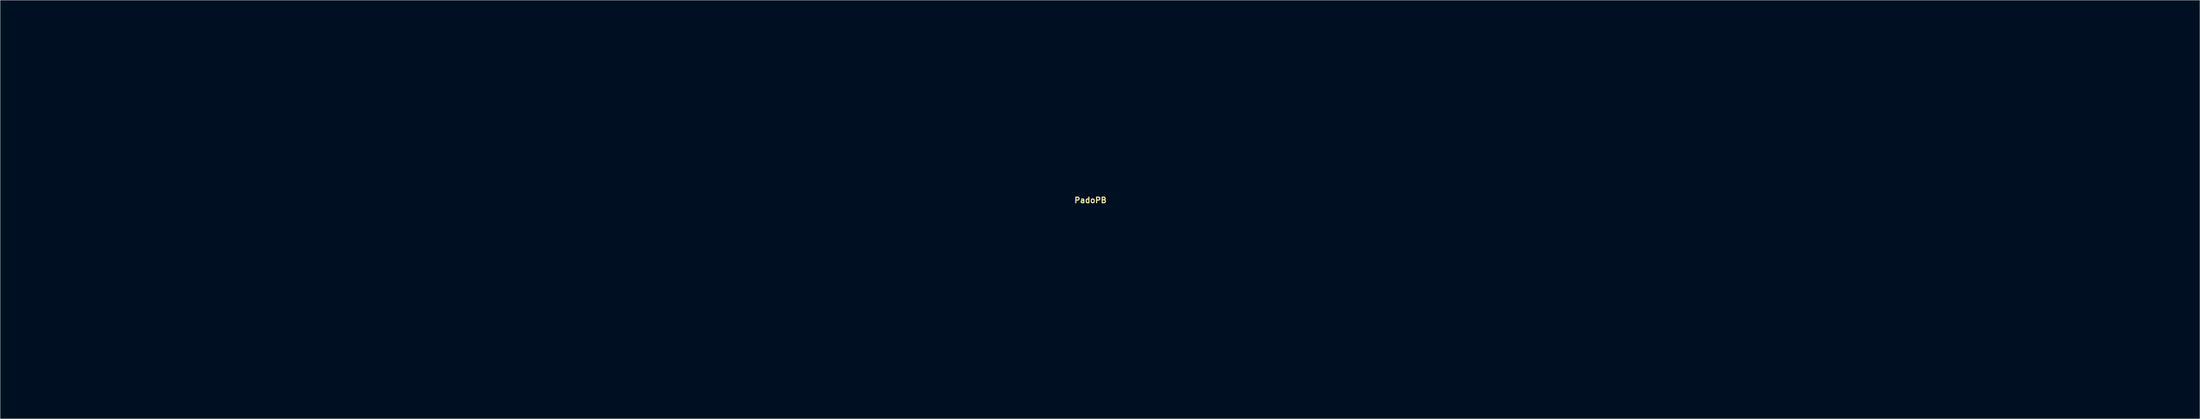
<source format=kicad_pcb>
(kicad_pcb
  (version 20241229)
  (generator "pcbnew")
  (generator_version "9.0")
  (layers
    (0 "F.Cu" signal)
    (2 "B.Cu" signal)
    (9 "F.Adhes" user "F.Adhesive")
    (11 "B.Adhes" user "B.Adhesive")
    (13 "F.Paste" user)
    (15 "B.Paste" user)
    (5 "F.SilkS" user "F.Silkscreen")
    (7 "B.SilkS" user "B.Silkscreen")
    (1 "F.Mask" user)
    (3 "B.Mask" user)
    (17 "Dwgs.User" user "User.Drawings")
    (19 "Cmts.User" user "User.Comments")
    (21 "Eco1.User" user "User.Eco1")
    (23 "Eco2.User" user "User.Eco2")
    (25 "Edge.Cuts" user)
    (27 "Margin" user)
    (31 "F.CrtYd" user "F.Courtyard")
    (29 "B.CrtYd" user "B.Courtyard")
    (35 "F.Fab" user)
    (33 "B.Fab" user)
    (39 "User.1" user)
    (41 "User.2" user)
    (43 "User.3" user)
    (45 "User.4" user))
  (footprint "PadoPB"
    (layer "F.Cu")
    (at 294.414 51.619)
    (property "Reference" "PadoPB" (at 0 0 0) (layer "F.SilkS") (effects (font (size 1.524 1.524) (thickness 0.3))))
    (attr through_hole)
    (fp_poly (pts (xy 67.243 -51.527) (xy 73.48 -51.516) (xy 79.206 -51.507) (xy 84.443 -51.497) (xy 89.215 -51.488) (xy 93.545 -51.478) (xy 97.457 -51.468) (xy 100.973 -51.457) (xy 104.117 -51.445) (xy 106.913 -51.432) (xy 109.382 -51.417) (xy 111.55 -51.4) (xy 113.438 -51.381) (xy 115.07 -51.359) (xy 116.469 -51.335) (xy 117.659 -51.308) (xy 118.662 -51.278) (xy 119.502 -51.244) (xy 120.203 -51.206) (xy 120.787 -51.164) (xy 121.278 -51.118) (xy 121.698 -51.068) (xy 122.072 -51.012) (xy 122.422 -50.951) (xy 122.771 -50.885) (xy 122.856 -50.868) (xy 126.893 -49.881) (xy 130.509 -48.567) (xy 133.708 -46.924) (xy 136.495 -44.951) (xy 138.874 -42.644) (xy 139.216 -42.244) (xy 140.342 -40.695) (xy 141.472 -38.78) (xy 142.522 -36.663) (xy 143.413 -34.506) (xy 143.964 -32.828) (xy 144.171 -32.09) (xy 144.355 -31.397) (xy 144.519 -30.715) (xy 144.663 -30.011) (xy 144.788 -29.252) (xy 144.896 -28.404) (xy 144.989 -27.433) (xy 145.066 -26.308) (xy 145.13 -24.994) (xy 145.182 -23.457) (xy 145.224 -21.665) (xy 145.255 -19.585) (xy 145.279 -17.182) (xy 145.295 -14.424) (xy 145.305 -11.277) (xy 145.311 -7.708) (xy 145.314 -3.684) (xy 145.315 0.829) (xy 145.315 2.674) (xy 145.314 7.223) (xy 145.313 11.271) (xy 145.309 14.849) (xy 145.303 17.992) (xy 145.295 20.732) (xy 145.283 23.102) (xy 145.267 25.135) (xy 145.246 26.864) (xy 145.221 28.322) (xy 145.191 29.542) (xy 145.154 30.556) (xy 145.111 31.398) (xy 145.061 32.101) (xy 145.003 32.698) (xy 144.938 33.221) (xy 144.863 33.704) (xy 144.82 33.956) (xy 143.932 37.877) (xy 142.712 41.391) (xy 141.147 44.509) (xy 139.223 47.248) (xy 136.925 49.619) (xy 134.24 51.638) (xy 131.154 53.319) (xy 127.652 54.674) (xy 123.72 55.719) (xy 122.681 55.931) (xy 119.647 56.515) (xy 67.243 56.592) (xy 60.873 56.6) (xy 55.016 56.607) (xy 49.653 56.612) (xy 44.762 56.615) (xy 40.323 56.616) (xy 36.315 56.615) (xy 32.716 56.611) (xy 29.507 56.604) (xy 26.667 56.595) (xy 24.174 56.584) (xy 22.009 56.569) (xy 20.149 56.552) (xy 18.575 56.531) (xy 17.266 56.507) (xy 16.2 56.48) (xy 15.358 56.45) (xy 14.718 56.416) (xy 14.259 56.379) (xy 13.962 56.337) (xy 13.834 56.305) (xy 12.87 55.887) (xy 12.257 55.386) (xy 11.818 54.632) (xy 11.638 54.188) (xy 11.587 54.015) (xy 11.541 53.765) (xy 11.498 53.414) (xy 11.46 52.94) (xy 11.426 52.321) (xy 11.395 51.534) (xy 11.368 50.556) (xy 11.345 49.366) (xy 11.324 47.941) (xy 11.307 46.259) (xy 11.293 44.296) (xy 11.282 42.03) (xy 11.274 39.44) (xy 11.268 36.503) (xy 11.265 33.195) (xy 11.264 29.495) (xy 11.265 25.381) (xy 11.268 20.829) (xy 11.273 15.818) (xy 11.279 10.324) (xy 11.287 4.326) (xy 11.29 2.139) (xy 11.298 -4.083) (xy 11.305 -9.792) (xy 11.311 -15.01) (xy 11.318 -19.761) (xy 11.325 -24.066) (xy 11.335 -27.948) (xy 11.347 -31.429) (xy 11.357 -33.421) (xy 29.945 -33.421) (xy 29.945 38.501) (xy 72.524 38.492) (xy 78.291 38.49) (xy 83.547 38.486) (xy 88.315 38.481) (xy 92.619 38.475) (xy 96.483 38.466) (xy 99.929 38.455) (xy 102.982 38.442) (xy 105.665 38.426) (xy 108.002 38.407) (xy 110.015 38.386) (xy 111.73 38.361) (xy 113.168 38.333) (xy 114.354 38.301) (xy 115.311 38.265) (xy 116.064 38.226) (xy 116.634 38.182) (xy 117.046 38.134) (xy 117.165 38.115) (xy 119.644 37.485) (xy 121.703 36.541) (xy 123.373 35.255) (xy 124.683 33.599) (xy 125.666 31.545) (xy 126.125 30.053) (xy 126.205 29.715) (xy 126.275 29.332) (xy 126.336 28.872) (xy 126.389 28.301) (xy 126.434 27.585) (xy 126.473 26.69) (xy 126.505 25.584) (xy 126.531 24.231) (xy 126.552 22.6) (xy 126.568 20.655) (xy 126.58 18.365) (xy 126.589 15.694) (xy 126.594 12.609) (xy 126.597 9.077) (xy 126.599 5.064) (xy 126.599 2.406) (xy 126.598 -1.903) (xy 126.597 -5.71) (xy 126.593 -9.05) (xy 126.587 -11.956) (xy 126.577 -14.461) (xy 126.564 -16.599) (xy 126.547 -18.404) (xy 126.525 -19.908) (xy 126.497 -21.145) (xy 126.463 -22.15) (xy 126.423 -22.954) (xy 126.375 -23.593) (xy 126.319 -24.099) (xy 126.255 -24.506) (xy 126.182 -24.847) (xy 126.111 -25.114) (xy 125.411 -27.144) (xy 124.556 -28.768) (xy 123.479 -30.107) (xy 123.127 -30.448) (xy 121.913 -31.417) (xy 120.587 -32.142) (xy 118.993 -32.696) (xy 117.663 -33.016) (xy 117.356 -33.069) (xy 116.953 -33.118) (xy 116.43 -33.163) (xy 115.763 -33.202) (xy 114.926 -33.238) (xy 113.895 -33.27) (xy 112.645 -33.298) (xy 111.151 -33.322) (xy 109.389 -33.343) (xy 107.334 -33.361) (xy 104.962 -33.376) (xy 102.247 -33.389) (xy 99.165 -33.399) (xy 95.691 -33.407) (xy 91.801 -33.413) (xy 87.47 -33.417) (xy 82.672 -33.419) (xy 77.385 -33.421) (xy 72.84 -33.421) (xy 29.945 -33.421) (xy 11.357 -33.421) (xy 11.363 -34.531) (xy 11.383 -37.276) (xy 11.41 -39.687) (xy 11.442 -41.786) (xy 11.482 -43.595) (xy 11.529 -45.137) (xy 11.586 -46.433) (xy 11.652 -47.506) (xy 11.73 -48.379) (xy 11.818 -49.073) (xy 11.919 -49.611) (xy 12.034 -50.015) (xy 12.162 -50.308) (xy 12.306 -50.511) (xy 12.466 -50.647) (xy 12.642 -50.738) (xy 12.836 -50.806) (xy 13.048 -50.874) (xy 13.28 -50.965) (xy 13.368 -51.007) (xy 14.572 -51.614) (xy 67.243 -51.527)) (stroke (width 0.01) (type solid)) (fill no) (layer "Eco2.User"))
    (fp_poly (pts (xy -59.027 -51.558) (xy -54.998 -51.552) (xy -51.457 -51.539) (xy -48.395 -51.522) (xy -45.802 -51.498) (xy -43.669 -51.469) (xy -41.986 -51.435) (xy -40.745 -51.395) (xy -39.936 -51.349) (xy -39.838 -51.34) (xy -35.613 -50.775) (xy -31.812 -49.919) (xy -28.404 -48.758) (xy -25.356 -47.279) (xy -22.635 -45.468) (xy -20.209 -43.312) (xy -19.982 -43.078) (xy -17.801 -40.433) (xy -16.026 -37.48) (xy -14.649 -34.2) (xy -13.66 -30.574) (xy -13.108 -27.102) (xy -13.063 -26.485) (xy -13.022 -25.48) (xy -12.987 -24.074) (xy -12.956 -22.255) (xy -12.93 -20.011) (xy -12.909 -17.33) (xy -12.892 -14.199) (xy -12.88 -10.608) (xy -12.873 -6.542) (xy -12.87 -1.991) (xy -12.872 3.058) (xy -12.878 8.618) (xy -12.889 14.699) (xy -12.889 14.886) (xy -12.967 54.237) (xy -13.526 54.991) (xy -13.917 55.475) (xy -14.336 55.847) (xy -14.855 56.125) (xy -15.549 56.324) (xy -16.491 56.459) (xy -17.756 56.547) (xy -19.417 56.604) (xy -21.256 56.639) (xy -23.491 56.657) (xy -25.388 56.636) (xy -26.889 56.576) (xy -27.937 56.48) (xy -28.234 56.428) (xy -29.625 55.888) (xy -30.656 54.981) (xy -31.28 53.748) (xy -31.287 53.723) (xy -31.34 53.27) (xy -31.387 52.311) (xy -31.429 50.877) (xy -31.466 48.995) (xy -31.496 46.696) (xy -31.52 44.009) (xy -31.537 40.963) (xy -31.547 37.587) (xy -31.549 34.823) (xy -31.549 16.838) (xy -75.197 16.908) (xy -118.845 16.978) (xy -120.232 17.709) (xy -121.455 18.518) (xy -122.465 19.588) (xy -123.388 21.052) (xy -123.426 21.122) (xy -123.53 21.345) (xy -123.62 21.618) (xy -123.697 21.984) (xy -123.761 22.486) (xy -123.816 23.166) (xy -123.862 24.066) (xy -123.901 25.228) (xy -123.934 26.695) (xy -123.964 28.51) (xy -123.991 30.713) (xy -124.018 33.348) (xy -124.046 36.458) (xy -124.059 37.966) (xy -124.088 41.291) (xy -124.115 44.123) (xy -124.141 46.505) (xy -124.169 48.478) (xy -124.201 50.085) (xy -124.236 51.367) (xy -124.279 52.367) (xy -124.328 53.127) (xy -124.388 53.688) (xy -124.458 54.094) (xy -124.541 54.385) (xy -124.638 54.605) (xy -124.697 54.707) (xy -125.056 55.257) (xy -125.433 55.684) (xy -125.9 56.007) (xy -126.523 56.24) (xy -127.374 56.399) (xy -128.52 56.501) (xy -130.032 56.559) (xy -131.978 56.592) (xy -133.016 56.602) (xy -135.025 56.607) (xy -136.805 56.586) (xy -138.284 56.542) (xy -139.388 56.478) (xy -140.042 56.395) (xy -140.101 56.38) (xy -141.351 55.76) (xy -142.254 54.774) (xy -142.502 54.288) (xy -142.57 53.952) (xy -142.625 53.283) (xy -142.669 52.255) (xy -142.702 50.844) (xy -142.723 49.024) (xy -142.734 46.771) (xy -142.735 44.059) (xy -142.726 40.865) (xy -142.706 37.163) (xy -142.705 36.868) (xy -142.683 33.446) (xy -142.661 30.514) (xy -142.639 28.026) (xy -142.614 25.937) (xy -142.585 24.203) (xy -142.551 22.778) (xy -142.509 21.618) (xy -142.459 20.677) (xy -142.399 19.909) (xy -142.326 19.271) (xy -142.241 18.717) (xy -142.14 18.201) (xy -142.046 17.78) (xy -141.013 14.139) (xy -139.686 10.936) (xy -138.045 8.149) (xy -136.074 5.759) (xy -133.753 3.745) (xy -131.066 2.087) (xy -127.993 0.765) (xy -126.509 0.282) (xy -125.899 0.099) (xy -125.347 -0.068) (xy -124.825 -0.22) (xy -124.308 -0.358) (xy -123.771 -0.481) (xy -123.187 -0.592) (xy -122.53 -0.691) (xy -121.775 -0.778) (xy -120.896 -0.854) (xy -119.867 -0.921) (xy -118.662 -0.978) (xy -117.255 -1.028) (xy -115.621 -1.07) (xy -113.734 -1.105) (xy -111.568 -1.134) (xy -109.097 -1.158) (xy -106.295 -1.178) (xy -103.137 -1.194) (xy -99.596 -1.208) (xy -95.647 -1.22) (xy -91.264 -1.23) (xy -86.421 -1.24) (xy -81.092 -1.251) (xy -75.866 -1.261) (xy -31.549 -1.352) (xy -31.554 -11.839) (xy -31.56 -14.737) (xy -31.577 -17.152) (xy -31.605 -19.133) (xy -31.647 -20.731) (xy -31.704 -21.997) (xy -31.777 -22.981) (xy -31.869 -23.734) (xy -31.942 -24.134) (xy -32.66 -26.61) (xy -33.683 -28.661) (xy -35.031 -30.314) (xy -36.72 -31.597) (xy -37.364 -31.947) (xy -37.771 -32.15) (xy -38.15 -32.334) (xy -38.531 -32.499) (xy -38.942 -32.647) (xy -39.41 -32.777) (xy -39.963 -32.892) (xy -40.629 -32.992) (xy -41.437 -33.078) (xy -42.414 -33.152) (xy -43.588 -33.214) (xy -44.988 -33.266) (xy -46.641 -33.307) (xy -48.575 -33.34) (xy -50.818 -33.366) (xy -53.398 -33.385) (xy -56.343 -33.398) (xy -59.681 -33.407) (xy -63.44 -33.412) (xy -67.648 -33.415) (xy -72.334 -33.416) (xy -77.524 -33.416) (xy -77.882 -33.416) (xy -83.139 -33.417) (xy -87.888 -33.418) (xy -92.158 -33.416) (xy -95.978 -33.412) (xy -99.374 -33.404) (xy -102.375 -33.391) (xy -105.009 -33.372) (xy -107.303 -33.345) (xy -109.285 -33.31) (xy -110.984 -33.266) (xy -112.427 -33.21) (xy -113.642 -33.143) (xy -114.658 -33.063) (xy -115.501 -32.969) (xy -116.2 -32.86) (xy -116.782 -32.734) (xy -117.276 -32.591) (xy -117.71 -32.429) (xy -118.111 -32.248) (xy -118.507 -32.045) (xy -118.927 -31.821) (xy -119.066 -31.746) (xy -120.745 -30.614) (xy -122.07 -29.168) (xy -123.074 -27.36) (xy -123.786 -25.144) (xy -123.985 -24.197) (xy -124.384 -22.423) (xy -124.846 -21.133) (xy -125.393 -20.278) (xy -125.931 -19.862) (xy -126.416 -19.754) (xy -127.346 -19.666) (xy -128.631 -19.596) (xy -130.18 -19.545) (xy -131.905 -19.514) (xy -133.716 -19.503) (xy -135.522 -19.511) (xy -137.234 -19.539) (xy -138.761 -19.588) (xy -140.015 -19.656) (xy -140.906 -19.745) (xy -141.312 -19.837) (xy -142.004 -20.331) (xy -142.459 -21.116) (xy -142.706 -22.267) (xy -142.773 -23.716) (xy -142.541 -27.374) (xy -141.874 -31.062) (xy -140.808 -34.624) (xy -139.552 -37.565) (xy -137.915 -40.404) (xy -135.994 -42.886) (xy -133.757 -45.034) (xy -131.171 -46.868) (xy -128.204 -48.411) (xy -124.824 -49.686) (xy -120.998 -50.714) (xy -119.781 -50.973) (xy -119.427 -51.038) (xy -119.018 -51.096) (xy -118.527 -51.149) (xy -117.926 -51.197) (xy -117.188 -51.239) (xy -116.285 -51.278) (xy -115.189 -51.312) (xy -113.874 -51.342) (xy -112.312 -51.369) (xy -110.474 -51.393) (xy -108.334 -51.414) (xy -105.864 -51.434) (xy -103.037 -51.451) (xy -99.825 -51.467) (xy -96.2 -51.483) (xy -92.134 -51.497) (xy -87.602 -51.511) (xy -82.574 -51.526) (xy -80.211 -51.532) (xy -74.136 -51.547) (xy -68.587 -51.556) (xy -63.554 -51.56) (xy -59.027 -51.558)) (stroke (width 0.01) (type solid)) (fill no) (layer "Eco2.User"))
    (fp_poly (pts (xy -214.584 -51.556) (xy -209.435 -51.551) (xy -204.742 -51.542) (xy -200.514 -51.53) (xy -196.759 -51.515) (xy -193.487 -51.496) (xy -190.705 -51.475) (xy -188.422 -51.45) (xy -186.646 -51.422) (xy -185.387 -51.391) (xy -184.652 -51.356) (xy -184.573 -51.35) (xy -180.457 -50.77) (xy -176.769 -49.879) (xy -173.496 -48.668) (xy -170.622 -47.127) (xy -168.134 -45.246) (xy -166.018 -43.014) (xy -164.26 -40.423) (xy -162.845 -37.461) (xy -162.187 -35.602) (xy -161.809 -34.359) (xy -161.494 -33.201) (xy -161.237 -32.063) (xy -161.032 -30.879) (xy -160.874 -29.585) (xy -160.755 -28.117) (xy -160.672 -26.41) (xy -160.617 -24.399) (xy -160.586 -22.019) (xy -160.573 -19.207) (xy -160.571 -17.379) (xy -160.573 -14.572) (xy -160.582 -12.238) (xy -160.601 -10.315) (xy -160.632 -8.742) (xy -160.676 -7.456) (xy -160.737 -6.395) (xy -160.816 -5.499) (xy -160.916 -4.705) (xy -161.038 -3.951) (xy -161.051 -3.877) (xy -161.912 -0.131) (xy -163.073 3.19) (xy -164.553 6.104) (xy -166.374 8.632) (xy -168.555 10.792) (xy -171.116 12.604) (xy -174.077 14.088) (xy -177.458 15.262) (xy -181.28 16.147) (xy -181.811 16.242) (xy -182.188 16.3) (xy -182.635 16.354) (xy -183.177 16.402) (xy -183.839 16.447) (xy -184.648 16.487) (xy -185.627 16.524) (xy -186.803 16.558) (xy -188.202 16.588) (xy -189.847 16.616) (xy -191.765 16.642) (xy -193.981 16.666) (xy -196.521 16.688) (xy -199.41 16.708) (xy -202.672 16.728) (xy -206.335 16.747) (xy -210.422 16.766) (xy -214.96 16.785) (xy -219.973 16.804) (xy -225.488 16.823) (xy -227.397 16.83) (xy -270.443 16.978) (xy -271.712 17.603) (xy -273.151 18.58) (xy -274.375 19.933) (xy -275.248 21.507) (xy -275.293 21.621) (xy -275.392 21.925) (xy -275.477 22.3) (xy -275.55 22.79) (xy -275.613 23.437) (xy -275.666 24.285) (xy -275.712 25.376) (xy -275.752 26.753) (xy -275.787 28.459) (xy -275.82 30.536) (xy -275.851 33.029) (xy -275.883 35.979) (xy -275.909 38.684) (xy -276.058 54.509) (xy -276.819 55.303) (xy -277.636 55.919) (xy -278.626 56.358) (xy -278.742 56.39) (xy -279.387 56.48) (xy -280.46 56.551) (xy -281.853 56.604) (xy -283.462 56.637) (xy -285.178 56.651) (xy -286.895 56.645) (xy -288.508 56.619) (xy -289.908 56.572) (xy -290.99 56.506) (xy -291.643 56.419) (xy -292.848 55.869) (xy -293.78 54.868) (xy -293.999 54.49) (xy -294.087 54.052) (xy -294.164 53.136) (xy -294.231 51.799) (xy -294.287 50.098) (xy -294.332 48.089) (xy -294.367 45.828) (xy -294.392 43.374) (xy -294.406 40.782) (xy -294.409 38.11) (xy -294.403 35.414) (xy -294.386 32.75) (xy -294.358 30.176) (xy -294.321 27.748) (xy -294.273 25.523) (xy -294.215 23.558) (xy -294.147 21.909) (xy -294.068 20.634) (xy -293.98 19.788) (xy -293.979 19.785) (xy -293.218 16.018) (xy -292.146 12.672) (xy -290.744 9.726) (xy -288.992 7.16) (xy -286.871 4.956) (xy -284.361 3.091) (xy -281.442 1.547) (xy -278.097 0.304) (xy -274.304 -0.659) (xy -274.053 -0.71) (xy -273.721 -0.77) (xy -273.332 -0.825) (xy -272.862 -0.875) (xy -272.284 -0.921) (xy -271.573 -0.962) (xy -270.704 -1) (xy -269.652 -1.034) (xy -268.391 -1.065) (xy -266.896 -1.094) (xy -265.142 -1.12) (xy -263.103 -1.143) (xy -260.755 -1.166) (xy -258.071 -1.186) (xy -255.027 -1.206) (xy -251.597 -1.225) (xy -247.755 -1.244) (xy -243.478 -1.262) (xy -238.738 -1.281) (xy -233.512 -1.301) (xy -228.466 -1.319) (xy -222.764 -1.338) (xy -217.572 -1.355) (xy -212.865 -1.371) (xy -208.619 -1.386) (xy -204.809 -1.402) (xy -201.409 -1.42) (xy -198.395 -1.44) (xy -195.744 -1.464) (xy -193.428 -1.493) (xy -191.425 -1.528) (xy -189.709 -1.569) (xy -188.256 -1.619) (xy -187.04 -1.677) (xy -186.037 -1.744) (xy -185.222 -1.823) (xy -184.571 -1.914) (xy -184.059 -2.017) (xy -183.66 -2.134) (xy -183.351 -2.267) (xy -183.106 -2.415) (xy -182.901 -2.58) (xy -182.711 -2.763) (xy -182.511 -2.965) (xy -182.277 -3.187) (xy -182.243 -3.217) (xy -181.322 -4.204) (xy -180.599 -5.417) (xy -180.011 -6.979) (xy -179.741 -7.949) (xy -179.603 -8.574) (xy -179.494 -9.274) (xy -179.413 -10.122) (xy -179.357 -11.187) (xy -179.32 -12.542) (xy -179.301 -14.257) (xy -179.297 -16.405) (xy -179.298 -17.513) (xy -179.318 -20.406) (xy -179.364 -22.778) (xy -179.436 -24.64) (xy -179.535 -26.006) (xy -179.658 -26.871) (xy -180.312 -29.008) (xy -181.277 -30.723) (xy -182.569 -32.036) (xy -183.949 -32.86) (xy -184.097 -32.911) (xy -184.321 -32.958) (xy -184.645 -33.001) (xy -185.091 -33.04) (xy -185.679 -33.077) (xy -186.433 -33.11) (xy -187.374 -33.141) (xy -188.523 -33.169) (xy -189.903 -33.195) (xy -191.535 -33.219) (xy -193.442 -33.241) (xy -195.644 -33.261) (xy -198.165 -33.28) (xy -201.025 -33.297) (xy -204.248 -33.314) (xy -207.854 -33.33) (xy -211.865 -33.345) (xy -216.303 -33.36) (xy -221.191 -33.375) (xy -226.549 -33.391) (xy -232.401 -33.406) (xy -238.225 -33.421) (xy -244.581 -33.436) (xy -250.423 -33.45) (xy -255.775 -33.463) (xy -260.658 -33.475) (xy -265.093 -33.488) (xy -269.103 -33.501) (xy -272.709 -33.517) (xy -275.934 -33.535) (xy -278.8 -33.556) (xy -281.327 -33.582) (xy -283.539 -33.612) (xy -285.456 -33.647) (xy -287.101 -33.689) (xy -288.496 -33.738) (xy -289.663 -33.794) (xy -290.623 -33.859) (xy -291.398 -33.932) (xy -292.01 -34.016) (xy -292.482 -34.11) (xy -292.834 -34.216) (xy -293.09 -34.333) (xy -293.27 -34.463) (xy -293.397 -34.607) (xy -293.492 -34.765) (xy -293.577 -34.937) (xy -293.675 -35.126) (xy -293.761 -35.265) (xy -293.955 -35.572) (xy -294.102 -35.89) (xy -294.21 -36.293) (xy -294.285 -36.854) (xy -294.332 -37.646) (xy -294.358 -38.742) (xy -294.369 -40.215) (xy -294.372 -42.138) (xy -294.372 -42.484) (xy -294.368 -44.504) (xy -294.355 -46.061) (xy -294.327 -47.229) (xy -294.279 -48.08) (xy -294.205 -48.686) (xy -294.1 -49.121) (xy -293.959 -49.457) (xy -293.85 -49.649) (xy -293.28 -50.378) (xy -292.619 -50.968) (xy -292.592 -50.986) (xy -292.488 -51.043) (xy -292.341 -51.096) (xy -292.13 -51.145) (xy -291.832 -51.189) (xy -291.425 -51.229) (xy -290.887 -51.265) (xy -290.195 -51.298) (xy -289.328 -51.328) (xy -288.262 -51.355) (xy -286.975 -51.379) (xy -285.446 -51.4) (xy -283.651 -51.419) (xy -281.569 -51.436) (xy -279.177 -51.451) (xy -276.452 -51.465) (xy -273.373 -51.477) (xy -269.917 -51.488) (xy -266.062 -51.498) (xy -261.785 -51.507) (xy -257.064 -51.516) (xy -251.877 -51.525) (xy -246.202 -51.533) (xy -240.016 -51.542) (xy -239.574 -51.543) (xy -232.684 -51.552) (xy -226.217 -51.556) (xy -220.181 -51.558) (xy -214.584 -51.556)) (stroke (width 0.01) (type solid)) (fill no) (layer "Eco2.User"))
    (fp_poly (pts (xy 222.715 -51.561) (xy 228.206 -51.552) (xy 234.216 -51.538) (xy 235.151 -51.535) (xy 240.575 -51.521) (xy 245.494 -51.508) (xy 249.933 -51.496) (xy 253.922 -51.483) (xy 257.488 -51.469) (xy 260.66 -51.452) (xy 263.466 -51.432) (xy 265.932 -51.408) (xy 268.089 -51.378) (xy 269.962 -51.342) (xy 271.582 -51.299) (xy 272.975 -51.248) (xy 274.17 -51.187) (xy 275.195 -51.117) (xy 276.077 -51.035) (xy 276.845 -50.942) (xy 277.527 -50.835) (xy 278.151 -50.715) (xy 278.744 -50.579) (xy 279.336 -50.428) (xy 279.954 -50.261) (xy 280.625 -50.075) (xy 281.004 -49.972) (xy 282.868 -49.355) (xy 284.903 -48.495) (xy 286.946 -47.474) (xy 288.835 -46.376) (xy 290.406 -45.284) (xy 290.744 -45.011) (xy 293.164 -42.62) (xy 295.215 -39.848) (xy 296.892 -36.704) (xy 298.19 -33.198) (xy 299.104 -29.342) (xy 299.231 -28.583) (xy 299.292 -27.923) (xy 299.348 -26.775) (xy 299.398 -25.183) (xy 299.444 -23.191) (xy 299.484 -20.842) (xy 299.519 -18.18) (xy 299.549 -15.249) (xy 299.573 -12.092) (xy 299.593 -8.753) (xy 299.607 -5.276) (xy 299.616 -1.704) (xy 299.619 1.92) (xy 299.618 5.55) (xy 299.611 9.145) (xy 299.6 12.659) (xy 299.583 16.05) (xy 299.56 19.274) (xy 299.533 22.287) (xy 299.5 25.045) (xy 299.462 27.505) (xy 299.419 29.624) (xy 299.371 31.357) (xy 299.318 32.66) (xy 299.259 33.491) (xy 299.233 33.688) (xy 298.328 37.678) (xy 297.087 41.255) (xy 295.5 44.431) (xy 293.558 47.215) (xy 291.251 49.619) (xy 288.569 51.653) (xy 285.503 53.329) (xy 282.043 54.657) (xy 280.067 55.219) (xy 279.386 55.392) (xy 278.758 55.549) (xy 278.154 55.691) (xy 277.547 55.818) (xy 276.907 55.932) (xy 276.208 56.032) (xy 275.422 56.121) (xy 274.519 56.198) (xy 273.473 56.265) (xy 272.254 56.323) (xy 270.836 56.371) (xy 269.19 56.412) (xy 267.287 56.446) (xy 265.101 56.473) (xy 262.603 56.495) (xy 259.764 56.513) (xy 256.558 56.526) (xy 252.955 56.537) (xy 248.928 56.546) (xy 244.449 56.553) (xy 239.489 56.56) (xy 234.348 56.566) (xy 229.76 56.571) (xy 225.288 56.572) (xy 220.967 56.571) (xy 216.828 56.567) (xy 212.902 56.56) (xy 209.222 56.551) (xy 205.821 56.539) (xy 202.73 56.525) (xy 199.982 56.509) (xy 197.608 56.491) (xy 195.641 56.471) (xy 194.113 56.449) (xy 193.055 56.426) (xy 192.505 56.402) (xy 188.185 55.835) (xy 184.254 54.904) (xy 180.707 53.606) (xy 177.541 51.94) (xy 174.751 49.905) (xy 173.872 49.113) (xy 171.812 46.917) (xy 170.105 44.55) (xy 168.713 41.939) (xy 167.602 39.009) (xy 166.734 35.689) (xy 166.397 33.956) (xy 166.318 33.483) (xy 166.248 32.988) (xy 166.187 32.436) (xy 166.133 31.797) (xy 166.086 31.036) (xy 166.046 30.121) (xy 166.012 29.019) (xy 165.984 27.698) (xy 165.961 26.124) (xy 165.943 24.265) (xy 165.929 22.089) (xy 165.918 19.561) (xy 165.911 16.651) (xy 165.906 13.324) (xy 165.903 9.548) (xy 165.902 5.291) (xy 165.902 2.406) (xy 165.903 -2.182) (xy 165.905 -6.268) (xy 165.907 -8.694) (xy 184.521 -8.694) (xy 184.526 -5.514) (xy 184.535 -1.88) (xy 184.549 2.244) (xy 184.554 3.654) (xy 184.57 7.897) (xy 184.586 11.638) (xy 184.603 14.913) (xy 184.621 17.755) (xy 184.641 20.199) (xy 184.663 22.278) (xy 184.69 24.026) (xy 184.72 25.478) (xy 184.755 26.667) (xy 184.796 27.628) (xy 184.843 28.394) (xy 184.897 29) (xy 184.958 29.479) (xy 185.028 29.866) (xy 185.106 30.189) (xy 185.939 32.501) (xy 187.095 34.401) (xy 188.597 35.91) (xy 190.473 37.052) (xy 192.746 37.849) (xy 193.929 38.105) (xy 194.504 38.16) (xy 195.574 38.21) (xy 197.103 38.257) (xy 199.05 38.3) (xy 201.379 38.339) (xy 204.049 38.373) (xy 207.024 38.404) (xy 210.264 38.431) (xy 213.73 38.453) (xy 217.385 38.471) (xy 221.19 38.486) (xy 225.106 38.496) (xy 229.095 38.502) (xy 233.118 38.504) (xy 237.137 38.502) (xy 241.113 38.496) (xy 245.008 38.486) (xy 248.784 38.472) (xy 252.402 38.453) (xy 255.823 38.431) (xy 259.009 38.404) (xy 261.921 38.373) (xy 264.521 38.338) (xy 266.771 38.299) (xy 268.632 38.256) (xy 270.065 38.209) (xy 271.032 38.157) (xy 271.436 38.115) (xy 273.914 37.485) (xy 275.974 36.539) (xy 277.649 35.247) (xy 278.97 33.581) (xy 279.97 31.513) (xy 280.398 30.185) (xy 280.477 29.87) (xy 280.547 29.51) (xy 280.607 29.07) (xy 280.66 28.518) (xy 280.706 27.819) (xy 280.744 26.942) (xy 280.776 25.852) (xy 280.802 24.516) (xy 280.823 22.9) (xy 280.839 20.973) (xy 280.851 18.699) (xy 280.86 16.046) (xy 280.866 12.98) (xy 280.869 9.469) (xy 280.87 5.478) (xy 280.871 2.54) (xy 280.87 -1.794) (xy 280.868 -5.626) (xy 280.864 -8.99) (xy 280.857 -11.919) (xy 280.847 -14.446) (xy 280.833 -16.604) (xy 280.815 -18.427) (xy 280.792 -19.947) (xy 280.764 -21.199) (xy 280.729 -22.214) (xy 280.688 -23.026) (xy 280.64 -23.669) (xy 280.585 -24.176) (xy 280.521 -24.579) (xy 280.448 -24.912) (xy 280.409 -25.062) (xy 279.578 -27.386) (xy 278.47 -29.273) (xy 277.043 -30.763) (xy 275.254 -31.895) (xy 273.061 -32.709) (xy 271.858 -32.998) (xy 271.521 -33.058) (xy 271.105 -33.112) (xy 270.583 -33.161) (xy 269.929 -33.204) (xy 269.114 -33.242) (xy 268.112 -33.276) (xy 266.896 -33.305) (xy 265.439 -33.33) (xy 263.712 -33.352) (xy 261.69 -33.37) (xy 259.345 -33.384) (xy 256.65 -33.396) (xy 253.577 -33.405) (xy 250.1 -33.412) (xy 246.191 -33.416) (xy 241.823 -33.419) (xy 236.97 -33.421) (xy 232.744 -33.421) (xy 227.488 -33.421) (xy 222.738 -33.419) (xy 218.47 -33.416) (xy 214.654 -33.411) (xy 211.264 -33.404) (xy 208.273 -33.394) (xy 205.654 -33.382) (xy 203.379 -33.367) (xy 201.421 -33.348) (xy 199.753 -33.326) (xy 198.348 -33.3) (xy 197.178 -33.27) (xy 196.217 -33.236) (xy 195.437 -33.197) (xy 194.811 -33.152) (xy 194.312 -33.103) (xy 193.913 -33.047) (xy 193.63 -32.995) (xy 191.251 -32.325) (xy 189.288 -31.365) (xy 187.709 -30.078) (xy 186.48 -28.428) (xy 185.567 -26.38) (xy 184.936 -23.895) (xy 184.886 -23.617) (xy 184.813 -23.143) (xy 184.75 -22.597) (xy 184.695 -21.944) (xy 184.649 -21.149) (xy 184.61 -20.177) (xy 184.579 -18.994) (xy 184.555 -17.565) (xy 184.537 -15.855) (xy 184.526 -13.83) (xy 184.521 -11.454) (xy 184.521 -8.694) (xy 165.907 -8.694) (xy 165.909 -9.884) (xy 165.915 -13.062) (xy 165.924 -15.835) (xy 165.937 -18.235) (xy 165.953 -20.295) (xy 165.974 -22.046) (xy 166 -23.522) (xy 166.031 -24.754) (xy 166.067 -25.776) (xy 166.11 -26.618) (xy 166.16 -27.315) (xy 166.217 -27.897) (xy 166.282 -28.398) (xy 166.354 -28.85) (xy 166.366 -28.917) (xy 167.279 -32.856) (xy 168.535 -36.396) (xy 170.141 -39.547) (xy 172.108 -42.314) (xy 174.442 -44.706) (xy 177.152 -46.729) (xy 180.248 -48.391) (xy 183.736 -49.699) (xy 187.627 -50.661) (xy 191.927 -51.282) (xy 192.505 -51.338) (xy 193.223 -51.384) (xy 194.303 -51.425) (xy 195.762 -51.46) (xy 197.612 -51.49) (xy 199.868 -51.515) (xy 202.544 -51.535) (xy 205.654 -51.55) (xy 209.212 -51.56) (xy 213.232 -51.565) (xy 217.728 -51.565) (xy 222.715 -51.561)) (stroke (width 0.01) (type solid)) (fill no) (layer "Eco2.User")))
  (gr_rect
    (start -3 -3)
    (end 597.039 111.281)
    (stroke (width 0.1) (type default))
    (fill no)
    (layer "Edge.Cuts")))
</source>
